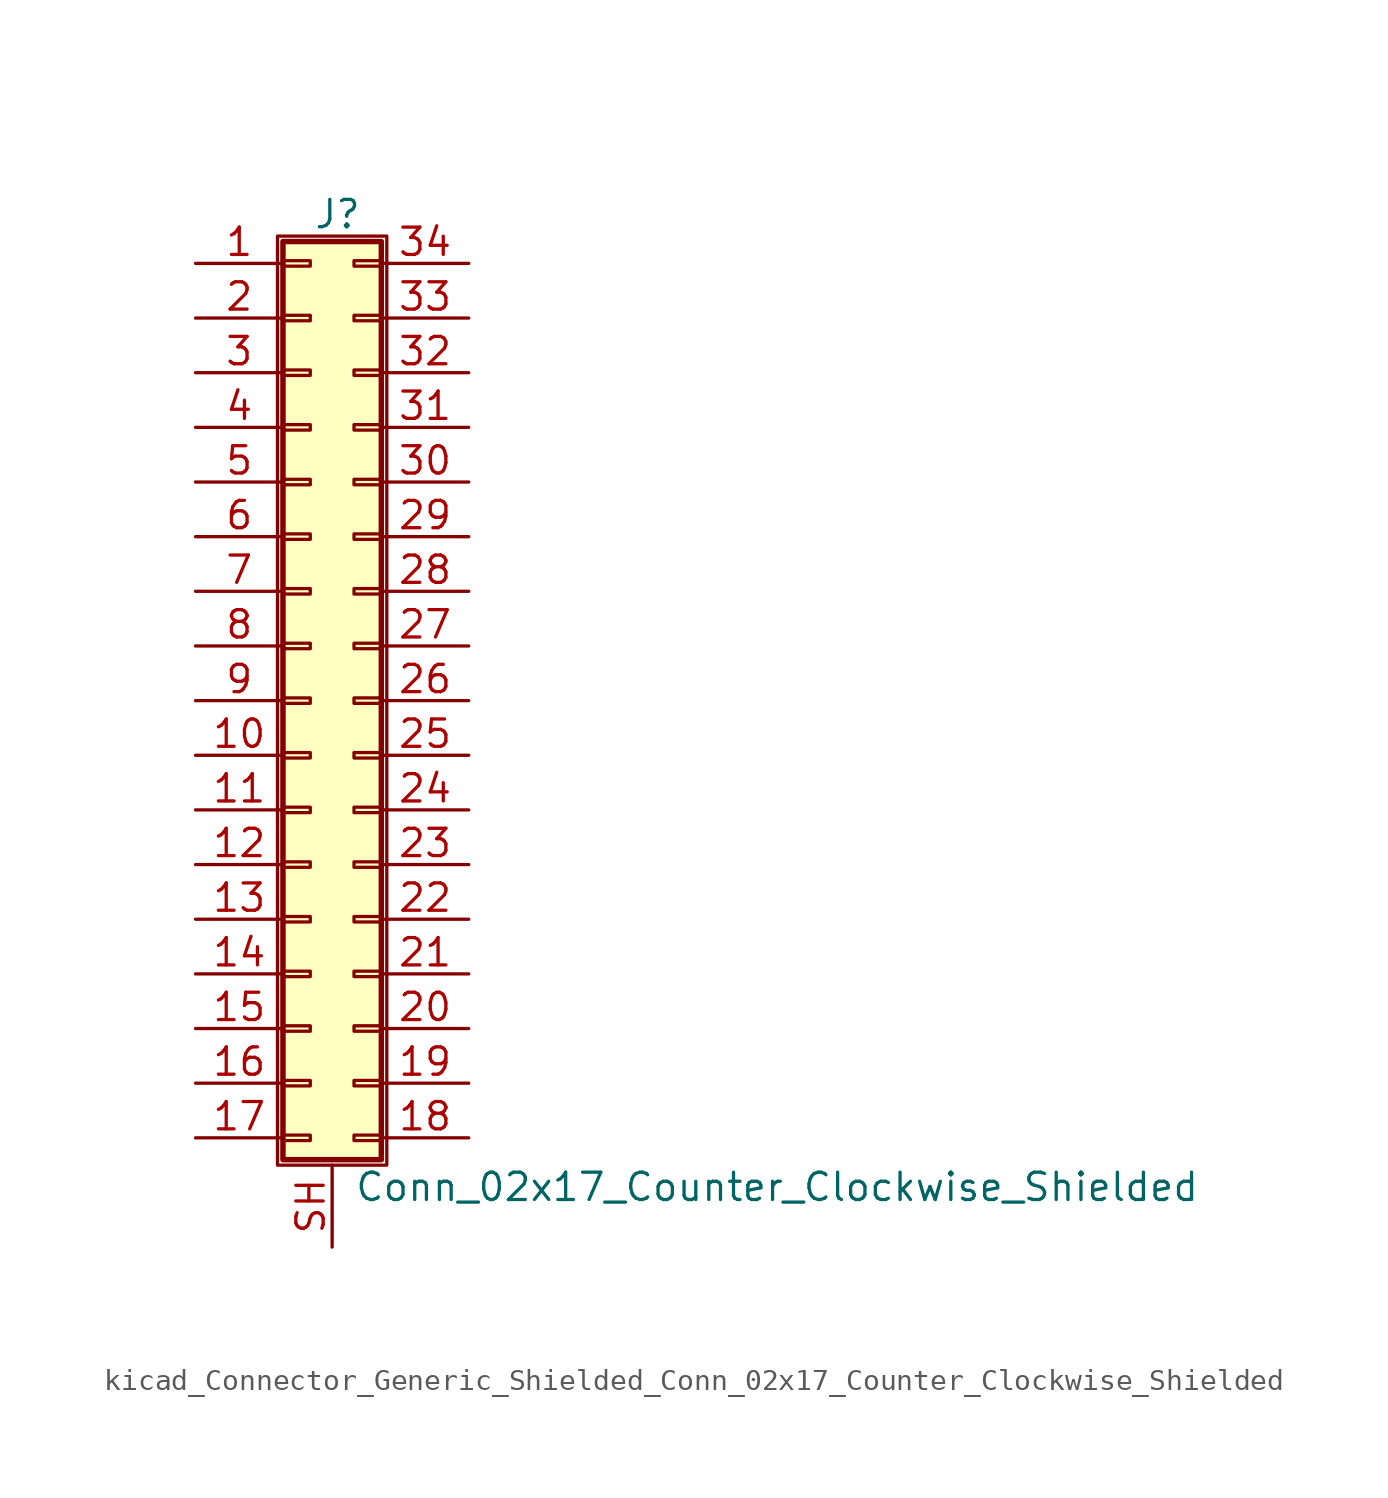
<source format=kicad_sym>
(kicad_symbol_lib
  (version 20220914)
  (generator kicad_symbol_editor)
  (symbol "kicad_Connector_Generic_Shielded_Conn_02x17_Counter_Clockwise_Shielded"
    (pin_names
      (offset 1.016) hide)
    (property "Reference" "J"
      (at 1.524 22.606 0)
      (effects (font (size 1.27 1.27))))
    (property "Value" "Conn_02x17_Counter_Clockwise_Shielded"
      (at 2.286 -22.606 0)
      (effects (font (size 1.27 1.27)) (justify left)))
    (symbol "kicad_Connector_Generic_Shielded_Conn_02x17_Counter_Clockwise_Shielded_1_1"
      (rectangle (start -1.27 21.59) (end 3.81 -21.59) (stroke (width 0.152) (type default)) (fill (type none)))
      (rectangle (start -1.016 -20.193) (end 0.254 -20.447) (stroke (width 0.152) (type default)) (fill (type none)))
      (rectangle (start -1.016 -17.653) (end 0.254 -17.907) (stroke (width 0.152) (type default)) (fill (type none)))
      (rectangle (start -1.016 -15.113) (end 0.254 -15.367) (stroke (width 0.152) (type default)) (fill (type none)))
      (rectangle (start -1.016 -12.573) (end 0.254 -12.827) (stroke (width 0.152) (type default)) (fill (type none)))
      (rectangle (start -1.016 -10.033) (end 0.254 -10.287) (stroke (width 0.152) (type default)) (fill (type none)))
      (rectangle (start -1.016 -7.493) (end 0.254 -7.747) (stroke (width 0.152) (type default)) (fill (type none)))
      (rectangle (start -1.016 -4.953) (end 0.254 -5.207) (stroke (width 0.152) (type default)) (fill (type none)))
      (rectangle (start -1.016 -2.413) (end 0.254 -2.667) (stroke (width 0.152) (type default)) (fill (type none)))
      (rectangle (start -1.016 0.127) (end 0.254 -0.127) (stroke (width 0.152) (type default)) (fill (type none)))
      (rectangle (start -1.016 2.667) (end 0.254 2.413) (stroke (width 0.152) (type default)) (fill (type none)))
      (rectangle (start -1.016 5.207) (end 0.254 4.953) (stroke (width 0.152) (type default)) (fill (type none)))
      (rectangle (start -1.016 7.747) (end 0.254 7.493) (stroke (width 0.152) (type default)) (fill (type none)))
      (rectangle (start -1.016 10.287) (end 0.254 10.033) (stroke (width 0.152) (type default)) (fill (type none)))
      (rectangle (start -1.016 12.827) (end 0.254 12.573) (stroke (width 0.152) (type default)) (fill (type none)))
      (rectangle (start -1.016 15.367) (end 0.254 15.113) (stroke (width 0.152) (type default)) (fill (type none)))
      (rectangle (start -1.016 17.907) (end 0.254 17.653) (stroke (width 0.152) (type default)) (fill (type none)))
      (rectangle (start -1.016 20.447) (end 0.254 20.193) (stroke (width 0.152) (type default)) (fill (type none)))
      (rectangle (start -1.016 21.336) (end 3.556 -21.336) (stroke (width 0.254) (type default)) (fill (type background)))
      (rectangle (start 3.556 -20.193) (end 2.286 -20.447) (stroke (width 0.152) (type default)) (fill (type none)))
      (rectangle (start 3.556 -17.653) (end 2.286 -17.907) (stroke (width 0.152) (type default)) (fill (type none)))
      (rectangle (start 3.556 -15.113) (end 2.286 -15.367) (stroke (width 0.152) (type default)) (fill (type none)))
      (rectangle (start 3.556 -12.573) (end 2.286 -12.827) (stroke (width 0.152) (type default)) (fill (type none)))
      (rectangle (start 3.556 -10.033) (end 2.286 -10.287) (stroke (width 0.152) (type default)) (fill (type none)))
      (rectangle (start 3.556 -7.493) (end 2.286 -7.747) (stroke (width 0.152) (type default)) (fill (type none)))
      (rectangle (start 3.556 -4.953) (end 2.286 -5.207) (stroke (width 0.152) (type default)) (fill (type none)))
      (rectangle (start 3.556 -2.413) (end 2.286 -2.667) (stroke (width 0.152) (type default)) (fill (type none)))
      (rectangle (start 3.556 0.127) (end 2.286 -0.127) (stroke (width 0.152) (type default)) (fill (type none)))
      (rectangle (start 3.556 2.667) (end 2.286 2.413) (stroke (width 0.152) (type default)) (fill (type none)))
      (rectangle (start 3.556 5.207) (end 2.286 4.953) (stroke (width 0.152) (type default)) (fill (type none)))
      (rectangle (start 3.556 7.747) (end 2.286 7.493) (stroke (width 0.152) (type default)) (fill (type none)))
      (rectangle (start 3.556 10.287) (end 2.286 10.033) (stroke (width 0.152) (type default)) (fill (type none)))
      (rectangle (start 3.556 12.827) (end 2.286 12.573) (stroke (width 0.152) (type default)) (fill (type none)))
      (rectangle (start 3.556 15.367) (end 2.286 15.113) (stroke (width 0.152) (type default)) (fill (type none)))
      (rectangle (start 3.556 17.907) (end 2.286 17.653) (stroke (width 0.152) (type default)) (fill (type none)))
      (rectangle (start 3.556 20.447) (end 2.286 20.193) (stroke (width 0.152) (type default)) (fill (type none)))
      (pin passive line (at -5.08 20.32 0) (length 4.064) (name "Pin_1" (effects (font (size 1.27 1.27)))) (number "1" (effects (font (size 1.27 1.27)))))
      (pin passive line (at -5.08 -2.54 0) (length 4.064) (name "Pin_10" (effects (font (size 1.27 1.27)))) (number "10" (effects (font (size 1.27 1.27)))))
      (pin passive line (at -5.08 -5.08 0) (length 4.064) (name "Pin_11" (effects (font (size 1.27 1.27)))) (number "11" (effects (font (size 1.27 1.27)))))
      (pin passive line (at -5.08 -7.62 0) (length 4.064) (name "Pin_12" (effects (font (size 1.27 1.27)))) (number "12" (effects (font (size 1.27 1.27)))))
      (pin passive line (at -5.08 -10.16 0) (length 4.064) (name "Pin_13" (effects (font (size 1.27 1.27)))) (number "13" (effects (font (size 1.27 1.27)))))
      (pin passive line (at -5.08 -12.7 0) (length 4.064) (name "Pin_14" (effects (font (size 1.27 1.27)))) (number "14" (effects (font (size 1.27 1.27)))))
      (pin passive line (at -5.08 -15.24 0) (length 4.064) (name "Pin_15" (effects (font (size 1.27 1.27)))) (number "15" (effects (font (size 1.27 1.27)))))
      (pin passive line (at -5.08 -17.78 0) (length 4.064) (name "Pin_16" (effects (font (size 1.27 1.27)))) (number "16" (effects (font (size 1.27 1.27)))))
      (pin passive line (at -5.08 -20.32 0) (length 4.064) (name "Pin_17" (effects (font (size 1.27 1.27)))) (number "17" (effects (font (size 1.27 1.27)))))
      (pin passive line (at 7.62 -20.32 180) (length 4.064) (name "Pin_18" (effects (font (size 1.27 1.27)))) (number "18" (effects (font (size 1.27 1.27)))))
      (pin passive line (at 7.62 -17.78 180) (length 4.064) (name "Pin_19" (effects (font (size 1.27 1.27)))) (number "19" (effects (font (size 1.27 1.27)))))
      (pin passive line (at -5.08 17.78 0) (length 4.064) (name "Pin_2" (effects (font (size 1.27 1.27)))) (number "2" (effects (font (size 1.27 1.27)))))
      (pin passive line (at 7.62 -15.24 180) (length 4.064) (name "Pin_20" (effects (font (size 1.27 1.27)))) (number "20" (effects (font (size 1.27 1.27)))))
      (pin passive line (at 7.62 -12.7 180) (length 4.064) (name "Pin_21" (effects (font (size 1.27 1.27)))) (number "21" (effects (font (size 1.27 1.27)))))
      (pin passive line (at 7.62 -10.16 180) (length 4.064) (name "Pin_22" (effects (font (size 1.27 1.27)))) (number "22" (effects (font (size 1.27 1.27)))))
      (pin passive line (at 7.62 -7.62 180) (length 4.064) (name "Pin_23" (effects (font (size 1.27 1.27)))) (number "23" (effects (font (size 1.27 1.27)))))
      (pin passive line (at 7.62 -5.08 180) (length 4.064) (name "Pin_24" (effects (font (size 1.27 1.27)))) (number "24" (effects (font (size 1.27 1.27)))))
      (pin passive line (at 7.62 -2.54 180) (length 4.064) (name "Pin_25" (effects (font (size 1.27 1.27)))) (number "25" (effects (font (size 1.27 1.27)))))
      (pin passive line (at 7.62 0 180) (length 4.064) (name "Pin_26" (effects (font (size 1.27 1.27)))) (number "26" (effects (font (size 1.27 1.27)))))
      (pin passive line (at 7.62 2.54 180) (length 4.064) (name "Pin_27" (effects (font (size 1.27 1.27)))) (number "27" (effects (font (size 1.27 1.27)))))
      (pin passive line (at 7.62 5.08 180) (length 4.064) (name "Pin_28" (effects (font (size 1.27 1.27)))) (number "28" (effects (font (size 1.27 1.27)))))
      (pin passive line (at 7.62 7.62 180) (length 4.064) (name "Pin_29" (effects (font (size 1.27 1.27)))) (number "29" (effects (font (size 1.27 1.27)))))
      (pin passive line (at -5.08 15.24 0) (length 4.064) (name "Pin_3" (effects (font (size 1.27 1.27)))) (number "3" (effects (font (size 1.27 1.27)))))
      (pin passive line (at 7.62 10.16 180) (length 4.064) (name "Pin_30" (effects (font (size 1.27 1.27)))) (number "30" (effects (font (size 1.27 1.27)))))
      (pin passive line (at 7.62 12.7 180) (length 4.064) (name "Pin_31" (effects (font (size 1.27 1.27)))) (number "31" (effects (font (size 1.27 1.27)))))
      (pin passive line (at 7.62 15.24 180) (length 4.064) (name "Pin_32" (effects (font (size 1.27 1.27)))) (number "32" (effects (font (size 1.27 1.27)))))
      (pin passive line (at 7.62 17.78 180) (length 4.064) (name "Pin_33" (effects (font (size 1.27 1.27)))) (number "33" (effects (font (size 1.27 1.27)))))
      (pin passive line (at 7.62 20.32 180) (length 4.064) (name "Pin_34" (effects (font (size 1.27 1.27)))) (number "34" (effects (font (size 1.27 1.27)))))
      (pin passive line (at -5.08 12.7 0) (length 4.064) (name "Pin_4" (effects (font (size 1.27 1.27)))) (number "4" (effects (font (size 1.27 1.27)))))
      (pin passive line (at -5.08 10.16 0) (length 4.064) (name "Pin_5" (effects (font (size 1.27 1.27)))) (number "5" (effects (font (size 1.27 1.27)))))
      (pin passive line (at -5.08 7.62 0) (length 4.064) (name "Pin_6" (effects (font (size 1.27 1.27)))) (number "6" (effects (font (size 1.27 1.27)))))
      (pin passive line (at -5.08 5.08 0) (length 4.064) (name "Pin_7" (effects (font (size 1.27 1.27)))) (number "7" (effects (font (size 1.27 1.27)))))
      (pin passive line (at -5.08 2.54 0) (length 4.064) (name "Pin_8" (effects (font (size 1.27 1.27)))) (number "8" (effects (font (size 1.27 1.27)))))
      (pin passive line (at -5.08 0 0) (length 4.064) (name "Pin_9" (effects (font (size 1.27 1.27)))) (number "9" (effects (font (size 1.27 1.27)))))
      (pin passive line (at 1.27 -25.4 90) (length 3.81) (name "Shield" (effects (font (size 1.27 1.27)))) (number "SH" (effects (font (size 1.27 1.27))))))))
</source>
